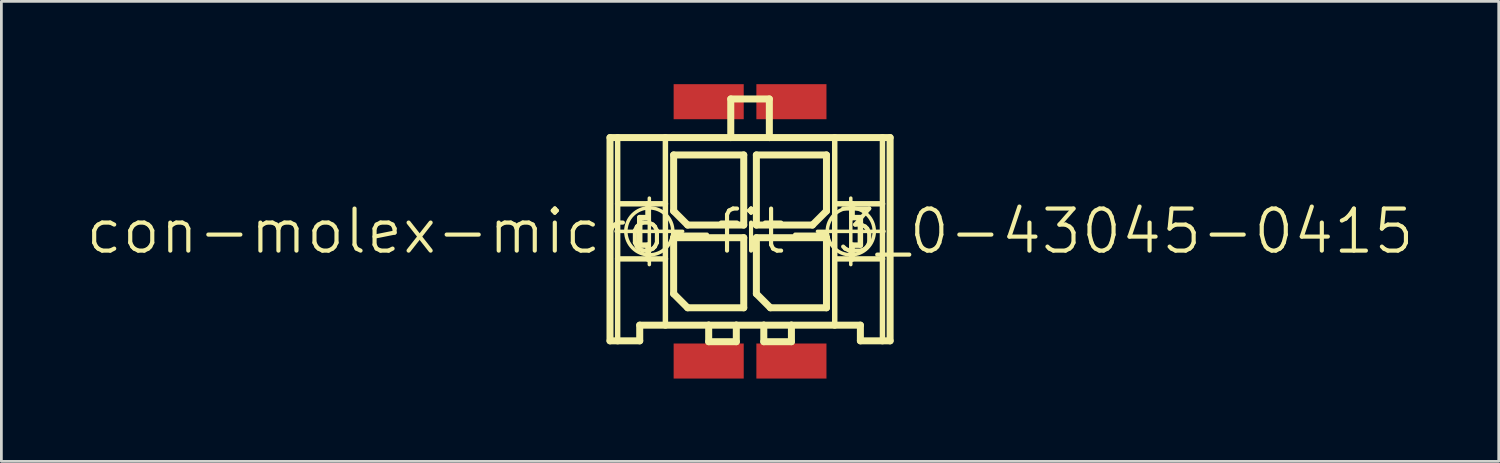
<source format=kicad_pcb>
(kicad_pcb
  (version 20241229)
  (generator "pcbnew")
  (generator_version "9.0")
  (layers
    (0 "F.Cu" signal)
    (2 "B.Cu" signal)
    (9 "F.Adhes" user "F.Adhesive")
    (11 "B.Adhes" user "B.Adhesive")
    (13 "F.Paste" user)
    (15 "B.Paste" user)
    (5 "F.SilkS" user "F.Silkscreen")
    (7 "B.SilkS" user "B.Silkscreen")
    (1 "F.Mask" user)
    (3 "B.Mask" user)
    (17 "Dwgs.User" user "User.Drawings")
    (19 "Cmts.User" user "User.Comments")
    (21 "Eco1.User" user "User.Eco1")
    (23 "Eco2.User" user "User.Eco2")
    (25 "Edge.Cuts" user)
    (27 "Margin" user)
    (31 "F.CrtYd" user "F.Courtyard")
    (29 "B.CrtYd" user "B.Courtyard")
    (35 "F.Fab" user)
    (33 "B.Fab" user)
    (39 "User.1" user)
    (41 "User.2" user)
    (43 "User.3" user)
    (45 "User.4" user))
  (footprint "con-molex-micro-fit-3_0-43045-0415"
    (layer "F.Cu")
    (at 24.13 5.334)
    (property "Reference" "con-molex-micro-fit-3_0-43045-0415" (at 0 0 0) (layer "F.SilkS") (effects (font (size 1.524 1.524) (thickness 0.15))))
    (attr smd)
    (fp_line (start -5.075 -3.399) (end -4.798 -3.399) (stroke (width 0.254) (type solid)) (layer "F.SilkS"))
    (fp_line (start -5.075 3.967) (end -5.075 -3.399) (stroke (width 0.254) (type solid)) (layer "F.SilkS"))
    (fp_line (start -4.854 0) (end -2.443 0) (stroke (width 0.127) (type solid)) (layer "F.SilkS"))
    (fp_line (start -4.798 -3.399) (end -3.068 -3.399) (stroke (width 0.254) (type solid)) (layer "F.SilkS"))
    (fp_line (start -4.798 -0.998) (end -4.798 -3.399) (stroke (width 0.198) (type solid)) (layer "F.SilkS"))
    (fp_line (start -4.798 0.998) (end -4.798 -0.998) (stroke (width 0.198) (type solid)) (layer "F.SilkS"))
    (fp_line (start -4.798 3.967) (end -5.075 3.967) (stroke (width 0.254) (type solid)) (layer "F.SilkS"))
    (fp_line (start -4.798 3.967) (end -4.798 0.998) (stroke (width 0.198) (type solid)) (layer "F.SilkS"))
    (fp_line (start -3.998 -0.498) (end -3.998 0.498) (stroke (width 0.198) (type solid)) (layer "F.SilkS"))
    (fp_line (start -3.998 0.498) (end -3.698 0.498) (stroke (width 0.198) (type solid)) (layer "F.SilkS"))
    (fp_line (start -3.998 3.399) (end -3.998 3.967) (stroke (width 0.254) (type solid)) (layer "F.SilkS"))
    (fp_line (start -3.998 3.967) (end -4.798 3.967) (stroke (width 0.254) (type solid)) (layer "F.SilkS"))
    (fp_line (start -3.698 -0.998) (end -4.798 -0.998) (stroke (width 0.198) (type solid)) (layer "F.SilkS"))
    (fp_line (start -3.698 -0.998) (end -3.698 -0.498) (stroke (width 0.198) (type solid)) (layer "F.SilkS"))
    (fp_line (start -3.698 -0.498) (end -3.998 -0.498) (stroke (width 0.198) (type solid)) (layer "F.SilkS"))
    (fp_line (start -3.698 0.498) (end -3.698 0.998) (stroke (width 0.198) (type solid)) (layer "F.SilkS"))
    (fp_line (start -3.698 0.998) (end -4.798 0.998) (stroke (width 0.198) (type solid)) (layer "F.SilkS"))
    (fp_line (start -3.65 1.204) (end -3.65 -1.204) (stroke (width 0.127) (type solid)) (layer "F.SilkS"))
    (fp_line (start -3.068 -3.399) (end -0.699 -3.399) (stroke (width 0.254) (type solid)) (layer "F.SilkS"))
    (fp_line (start -3.068 -0.998) (end -3.698 -0.998) (stroke (width 0.198) (type solid)) (layer "F.SilkS"))
    (fp_line (start -3.068 -0.998) (end -3.068 -3.399) (stroke (width 0.198) (type solid)) (layer "F.SilkS"))
    (fp_line (start -3.068 0.998) (end -3.698 0.998) (stroke (width 0.198) (type solid)) (layer "F.SilkS"))
    (fp_line (start -3.068 0.998) (end -3.068 -0.998) (stroke (width 0.198) (type solid)) (layer "F.SilkS"))
    (fp_line (start -3.068 3.399) (end -3.998 3.399) (stroke (width 0.254) (type solid)) (layer "F.SilkS"))
    (fp_line (start -3.068 3.399) (end -3.068 0.998) (stroke (width 0.198) (type solid)) (layer "F.SilkS"))
    (fp_line (start -2.769 -2.769) (end -0.229 -2.769) (stroke (width 0.254) (type solid)) (layer "F.SilkS"))
    (fp_line (start -2.769 -0.737) (end -2.769 -2.769) (stroke (width 0.254) (type solid)) (layer "F.SilkS"))
    (fp_line (start -2.769 0.229) (end -0.229 0.229) (stroke (width 0.254) (type solid)) (layer "F.SilkS"))
    (fp_line (start -2.769 2.261) (end -2.769 0.229) (stroke (width 0.254) (type solid)) (layer "F.SilkS"))
    (fp_line (start -2.261 -0.229) (end -2.769 -0.737) (stroke (width 0.254) (type solid)) (layer "F.SilkS"))
    (fp_line (start -2.261 2.769) (end -2.769 2.261) (stroke (width 0.254) (type solid)) (layer "F.SilkS"))
    (fp_line (start -1.499 3.399) (end -3.068 3.399) (stroke (width 0.254) (type solid)) (layer "F.SilkS"))
    (fp_line (start -1.499 3.399) (end -1.499 3.998) (stroke (width 0.254) (type solid)) (layer "F.SilkS"))
    (fp_line (start -1.499 3.998) (end -0.498 3.998) (stroke (width 0.254) (type solid)) (layer "F.SilkS"))
    (fp_line (start -0.699 -4.798) (end -0.699 -3.399) (stroke (width 0.254) (type solid)) (layer "F.SilkS"))
    (fp_line (start -0.699 -4.798) (end 0.699 -4.798) (stroke (width 0.254) (type solid)) (layer "F.SilkS"))
    (fp_line (start -0.699 -3.399) (end 0.699 -3.399) (stroke (width 0.254) (type solid)) (layer "F.SilkS"))
    (fp_line (start -0.498 3.399) (end -1.499 3.399) (stroke (width 0.254) (type solid)) (layer "F.SilkS"))
    (fp_line (start -0.498 3.998) (end -0.498 3.399) (stroke (width 0.254) (type solid)) (layer "F.SilkS"))
    (fp_line (start -0.229 -2.769) (end -0.229 -0.229) (stroke (width 0.254) (type solid)) (layer "F.SilkS"))
    (fp_line (start -0.229 -0.229) (end -2.261 -0.229) (stroke (width 0.254) (type solid)) (layer "F.SilkS"))
    (fp_line (start -0.229 0.229) (end -0.229 2.769) (stroke (width 0.254) (type solid)) (layer "F.SilkS"))
    (fp_line (start -0.229 2.769) (end -2.261 2.769) (stroke (width 0.254) (type solid)) (layer "F.SilkS"))
    (fp_line (start 0.229 -2.769) (end 0.229 -0.229) (stroke (width 0.254) (type solid)) (layer "F.SilkS"))
    (fp_line (start 0.229 -0.229) (end 2.261 -0.229) (stroke (width 0.254) (type solid)) (layer "F.SilkS"))
    (fp_line (start 0.229 0.229) (end 2.769 0.229) (stroke (width 0.254) (type solid)) (layer "F.SilkS"))
    (fp_line (start 0.229 2.261) (end 0.229 0.229) (stroke (width 0.254) (type solid)) (layer "F.SilkS"))
    (fp_line (start 0.498 3.399) (end -0.498 3.399) (stroke (width 0.254) (type solid)) (layer "F.SilkS"))
    (fp_line (start 0.498 3.399) (end 0.498 3.998) (stroke (width 0.254) (type solid)) (layer "F.SilkS"))
    (fp_line (start 0.498 3.998) (end 1.499 3.998) (stroke (width 0.254) (type solid)) (layer "F.SilkS"))
    (fp_line (start 0.699 -4.798) (end 0.699 -3.399) (stroke (width 0.254) (type solid)) (layer "F.SilkS"))
    (fp_line (start 0.699 -3.399) (end 3.068 -3.399) (stroke (width 0.254) (type solid)) (layer "F.SilkS"))
    (fp_line (start 0.737 2.769) (end 0.229 2.261) (stroke (width 0.254) (type solid)) (layer "F.SilkS"))
    (fp_line (start 1.499 3.399) (end 0.498 3.399) (stroke (width 0.254) (type solid)) (layer "F.SilkS"))
    (fp_line (start 1.499 3.998) (end 1.499 3.399) (stroke (width 0.254) (type solid)) (layer "F.SilkS"))
    (fp_line (start 2.261 -0.229) (end 2.769 -0.737) (stroke (width 0.254) (type solid)) (layer "F.SilkS"))
    (fp_line (start 2.443 0) (end 4.854 0) (stroke (width 0.127) (type solid)) (layer "F.SilkS"))
    (fp_line (start 2.769 -2.769) (end 0.229 -2.769) (stroke (width 0.254) (type solid)) (layer "F.SilkS"))
    (fp_line (start 2.769 -0.737) (end 2.769 -2.769) (stroke (width 0.254) (type solid)) (layer "F.SilkS"))
    (fp_line (start 2.769 0.229) (end 2.769 2.769) (stroke (width 0.254) (type solid)) (layer "F.SilkS"))
    (fp_line (start 2.769 2.769) (end 0.737 2.769) (stroke (width 0.254) (type solid)) (layer "F.SilkS"))
    (fp_line (start 3.068 -3.399) (end 3.068 -0.998) (stroke (width 0.198) (type solid)) (layer "F.SilkS"))
    (fp_line (start 3.068 -3.399) (end 4.798 -3.399) (stroke (width 0.254) (type solid)) (layer "F.SilkS"))
    (fp_line (start 3.068 -0.998) (end 3.068 0.998) (stroke (width 0.198) (type solid)) (layer "F.SilkS"))
    (fp_line (start 3.068 -0.998) (end 3.698 -0.998) (stroke (width 0.198) (type solid)) (layer "F.SilkS"))
    (fp_line (start 3.068 0.998) (end 3.068 3.399) (stroke (width 0.198) (type solid)) (layer "F.SilkS"))
    (fp_line (start 3.068 0.998) (end 3.698 0.998) (stroke (width 0.198) (type solid)) (layer "F.SilkS"))
    (fp_line (start 3.068 3.399) (end 1.499 3.399) (stroke (width 0.254) (type solid)) (layer "F.SilkS"))
    (fp_line (start 3.65 1.204) (end 3.65 -1.204) (stroke (width 0.127) (type solid)) (layer "F.SilkS"))
    (fp_line (start 3.698 -0.998) (end 3.698 -0.498) (stroke (width 0.198) (type solid)) (layer "F.SilkS"))
    (fp_line (start 3.698 -0.998) (end 4.798 -0.998) (stroke (width 0.198) (type solid)) (layer "F.SilkS"))
    (fp_line (start 3.698 -0.498) (end 3.998 -0.498) (stroke (width 0.198) (type solid)) (layer "F.SilkS"))
    (fp_line (start 3.698 0.498) (end 3.698 0.998) (stroke (width 0.198) (type solid)) (layer "F.SilkS"))
    (fp_line (start 3.698 0.998) (end 4.798 0.998) (stroke (width 0.198) (type solid)) (layer "F.SilkS"))
    (fp_line (start 3.998 -0.498) (end 3.998 0.498) (stroke (width 0.198) (type solid)) (layer "F.SilkS"))
    (fp_line (start 3.998 0.498) (end 3.698 0.498) (stroke (width 0.198) (type solid)) (layer "F.SilkS"))
    (fp_line (start 3.998 3.399) (end 3.068 3.399) (stroke (width 0.254) (type solid)) (layer "F.SilkS"))
    (fp_line (start 3.998 3.967) (end 3.998 3.399) (stroke (width 0.254) (type solid)) (layer "F.SilkS"))
    (fp_line (start 3.998 3.967) (end 4.798 3.967) (stroke (width 0.254) (type solid)) (layer "F.SilkS"))
    (fp_line (start 4.798 -3.399) (end 5.075 -3.399) (stroke (width 0.254) (type solid)) (layer "F.SilkS"))
    (fp_line (start 4.798 -0.998) (end 4.798 -3.399) (stroke (width 0.198) (type solid)) (layer "F.SilkS"))
    (fp_line (start 4.798 0.998) (end 4.798 -0.998) (stroke (width 0.198) (type solid)) (layer "F.SilkS"))
    (fp_line (start 4.798 3.967) (end 4.798 0.998) (stroke (width 0.198) (type solid)) (layer "F.SilkS"))
    (fp_line (start 4.798 3.967) (end 5.075 3.967) (stroke (width 0.254) (type solid)) (layer "F.SilkS"))
    (fp_line (start 5.075 -3.399) (end 5.075 3.967) (stroke (width 0.254) (type solid)) (layer "F.SilkS"))
    (fp_circle (center -3.65 0) (end -4.252 0.602) (stroke (width 0.127) (type solid)) (fill no) (layer "F.SilkS"))
    (fp_circle (center 3.65 0) (end 4.252 0.602) (stroke (width 0.127) (type solid)) (fill no) (layer "F.SilkS"))
    (pad "P$1" smd rect (at 1.499 4.699) (size 2.54 1.27) (layers "F.Cu" "F.Mask" "F.Paste"))
    (pad "P$2" smd rect (at -1.499 4.699) (size 2.54 1.27) (layers "F.Cu" "F.Mask" "F.Paste"))
    (pad "P$3" smd rect (at 1.499 -4.699) (size 2.54 1.27) (layers "F.Cu" "F.Mask" "F.Paste"))
    (pad "P$4" smd rect (at -1.499 -4.699) (size 2.54 1.27) (layers "F.Cu" "F.Mask" "F.Paste")))
  (gr_rect
    (start -3 -3)
    (end 51.26 13.668)
    (stroke (width 0.1) (type default))
    (fill no)
    (layer "Edge.Cuts")))
</source>
